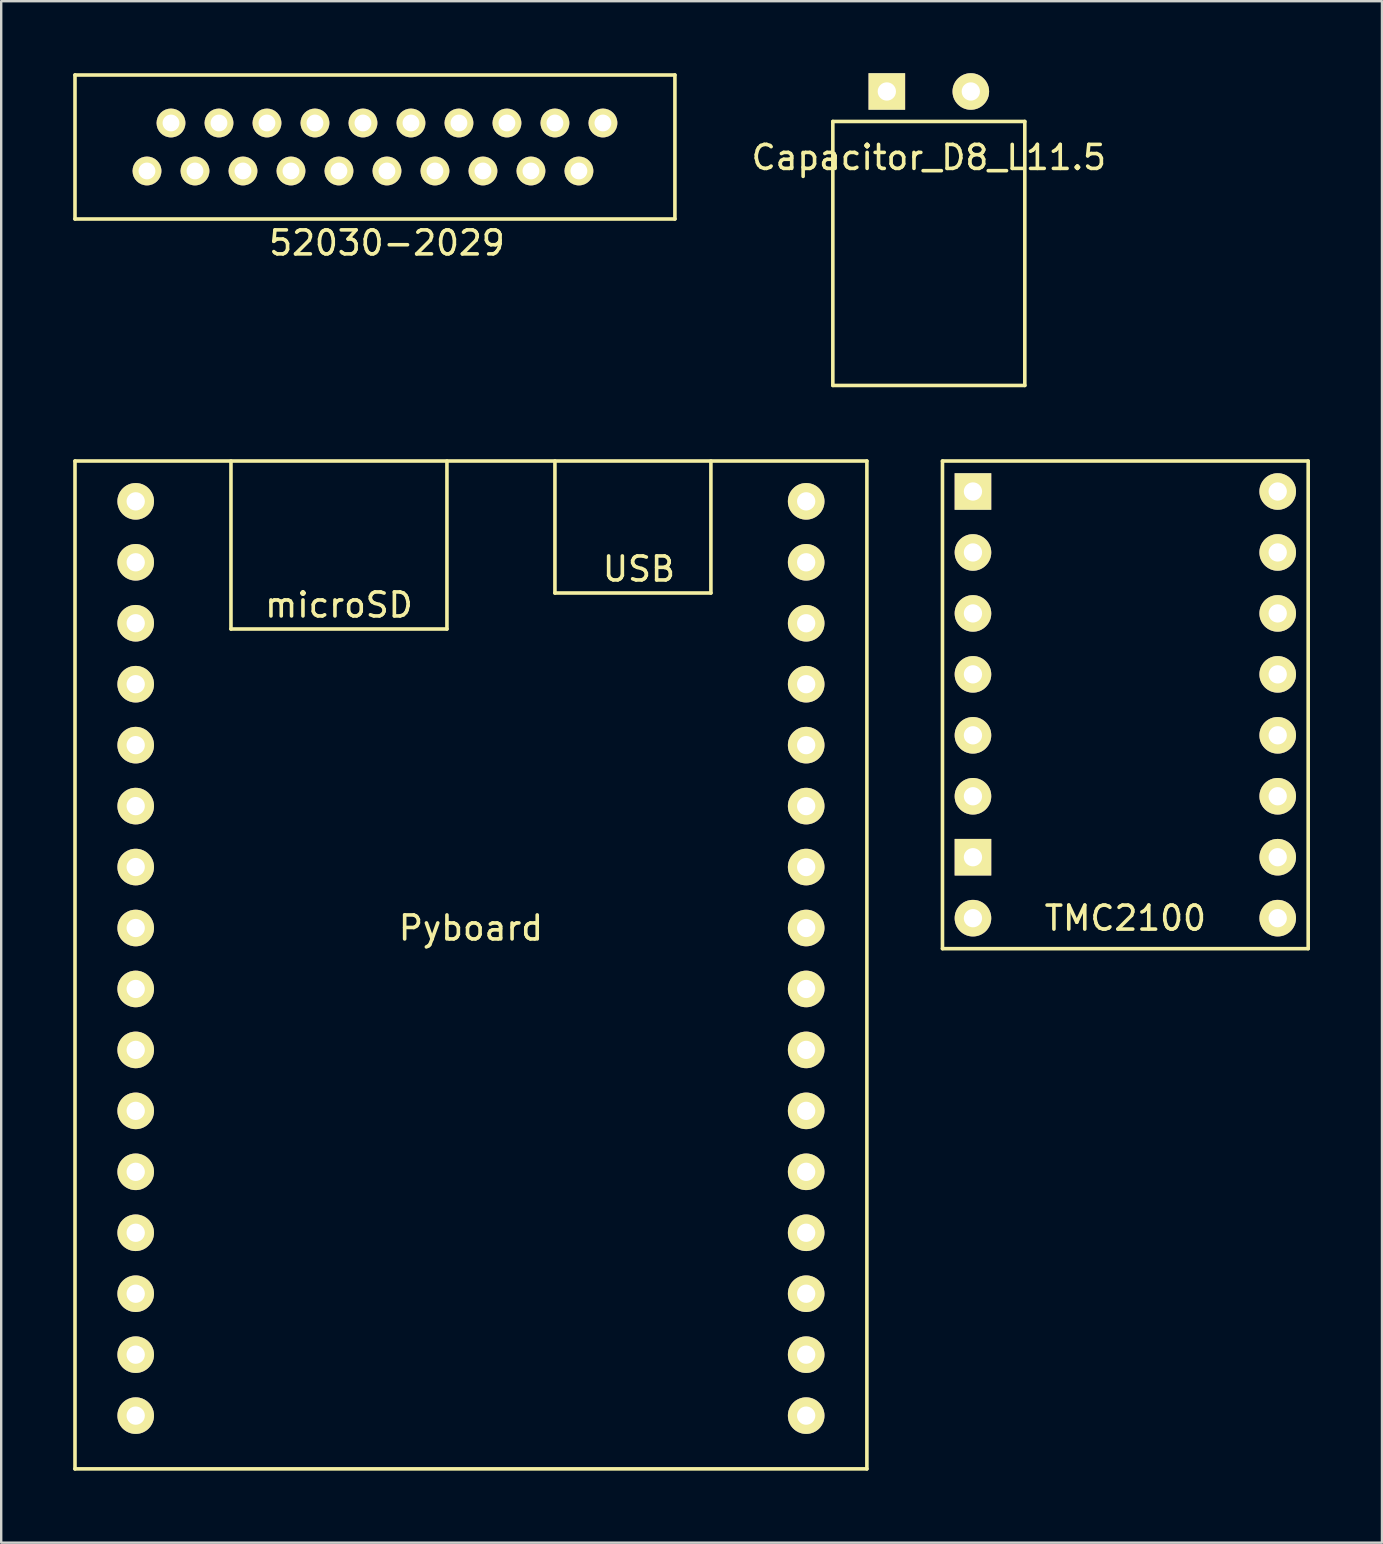
<source format=kicad_pcb>
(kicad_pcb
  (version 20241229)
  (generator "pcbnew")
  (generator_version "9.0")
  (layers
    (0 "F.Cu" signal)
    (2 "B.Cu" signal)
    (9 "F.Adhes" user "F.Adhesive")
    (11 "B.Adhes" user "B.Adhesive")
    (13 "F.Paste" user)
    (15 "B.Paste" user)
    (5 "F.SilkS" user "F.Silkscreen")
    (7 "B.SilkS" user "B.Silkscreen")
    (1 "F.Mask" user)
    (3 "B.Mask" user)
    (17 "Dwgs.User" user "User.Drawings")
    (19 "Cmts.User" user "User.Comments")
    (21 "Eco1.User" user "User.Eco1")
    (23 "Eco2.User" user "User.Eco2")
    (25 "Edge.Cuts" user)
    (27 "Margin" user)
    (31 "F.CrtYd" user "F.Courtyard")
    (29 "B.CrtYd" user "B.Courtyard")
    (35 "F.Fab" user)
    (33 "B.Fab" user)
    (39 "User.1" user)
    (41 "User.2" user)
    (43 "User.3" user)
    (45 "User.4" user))
  (footprint "TMC2100"
    (layer "F.Cu")
    (at 43.845 26.322)
    (property "Reference" "TMC2100" (at 0 8.89 0) (layer "F.SilkS") (effects (font (size 1 1) (thickness 0.15))))
    (attr through_hole)
    (fp_line (start -7.62 -10.16) (end -7.62 10.16) (stroke (width 0.15) (type solid)) (layer "F.SilkS"))
    (fp_line (start -7.62 10.16) (end 7.62 10.16) (stroke (width 0.15) (type solid)) (layer "F.SilkS"))
    (fp_line (start 7.62 -10.16) (end -7.62 -10.16) (stroke (width 0.15) (type solid)) (layer "F.SilkS"))
    (fp_line (start 7.62 10.16) (end 7.62 -10.16) (stroke (width 0.15) (type solid)) (layer "F.SilkS"))
    (pad "1" thru_hole circle (at -6.35 8.89 90) (size 1.524 1.524) (drill 0.762) (layers "*.Cu" "*.Mask" "F.SilkS"))
    (pad "2" thru_hole rect (at -6.35 6.35 90) (size 1.524 1.524) (drill 0.762) (layers "*.Cu" "*.Mask" "F.SilkS"))
    (pad "3" thru_hole circle (at -6.35 3.81 90) (size 1.524 1.524) (drill 0.762) (layers "*.Cu" "*.Mask" "F.SilkS"))
    (pad "4" thru_hole circle (at -6.35 1.27 90) (size 1.524 1.524) (drill 0.762) (layers "*.Cu" "*.Mask" "F.SilkS"))
    (pad "5" thru_hole circle (at -6.35 -1.27 90) (size 1.524 1.524) (drill 0.762) (layers "*.Cu" "*.Mask" "F.SilkS"))
    (pad "6" thru_hole circle (at -6.35 -3.81 90) (size 1.524 1.524) (drill 0.762) (layers "*.Cu" "*.Mask" "F.SilkS"))
    (pad "7" thru_hole circle (at -6.35 -6.35 90) (size 1.524 1.524) (drill 0.762) (layers "*.Cu" "*.Mask" "F.SilkS"))
    (pad "8" thru_hole rect (at -6.35 -8.89 90) (size 1.524 1.524) (drill 0.762) (layers "*.Cu" "*.Mask" "F.SilkS"))
    (pad "9" thru_hole circle (at 6.35 -8.89 90) (size 1.524 1.524) (drill 0.762) (layers "*.Cu" "*.Mask" "F.SilkS"))
    (pad "10" thru_hole circle (at 6.35 -6.35 90) (size 1.524 1.524) (drill 0.762) (layers "*.Cu" "*.Mask" "F.SilkS"))
    (pad "11" thru_hole circle (at 6.35 -3.81 90) (size 1.524 1.524) (drill 0.762) (layers "*.Cu" "*.Mask" "F.SilkS"))
    (pad "12" thru_hole circle (at 6.35 -1.27 90) (size 1.524 1.524) (drill 0.762) (layers "*.Cu" "*.Mask" "F.SilkS"))
    (pad "13" thru_hole circle (at 6.35 1.27 90) (size 1.524 1.524) (drill 0.762) (layers "*.Cu" "*.Mask" "F.SilkS"))
    (pad "14" thru_hole circle (at 6.35 3.81 90) (size 1.524 1.524) (drill 0.762) (layers "*.Cu" "*.Mask" "F.SilkS"))
    (pad "15" thru_hole circle (at 6.35 6.35 90) (size 1.524 1.524) (drill 0.762) (layers "*.Cu" "*.Mask" "F.SilkS"))
    (pad "16" thru_hole circle (at 6.35 8.89 90) (size 1.524 1.524) (drill 0.762) (layers "*.Cu" "*.Mask" "F.SilkS")))
  (footprint "52030-2029"
    (layer "F.Cu")
    (at 12.575 4.075)
    (property "Reference" "52030-2029" (at 0.5 3 0) (layer "F.SilkS") (effects (font (size 1 1) (thickness 0.15))))
    (attr through_hole)
    (fp_line (start -12.5 -4) (end -12.5 2) (stroke (width 0.15) (type solid)) (layer "F.SilkS"))
    (fp_line (start -12.5 2) (end 12.5 2) (stroke (width 0.15) (type solid)) (layer "F.SilkS"))
    (fp_line (start 12.5 -4) (end -12.5 -4) (stroke (width 0.15) (type solid)) (layer "F.SilkS"))
    (fp_line (start 12.5 2) (end 12.5 -4) (stroke (width 0.15) (type solid)) (layer "F.SilkS"))
    (pad "1" thru_hole circle (at -9.5 0) (size 1.2 1.2) (drill 0.7) (layers "*.Cu" "*.Mask" "F.SilkS"))
    (pad "2" thru_hole circle (at -8.5 -2) (size 1.2 1.2) (drill 0.7) (layers "*.Cu" "*.Mask" "F.SilkS"))
    (pad "3" thru_hole circle (at -7.5 0) (size 1.2 1.2) (drill 0.7) (layers "*.Cu" "*.Mask" "F.SilkS"))
    (pad "4" thru_hole circle (at -6.5 -2) (size 1.2 1.2) (drill 0.7) (layers "*.Cu" "*.Mask" "F.SilkS"))
    (pad "5" thru_hole circle (at -5.5 0) (size 1.2 1.2) (drill 0.7) (layers "*.Cu" "*.Mask" "F.SilkS"))
    (pad "6" thru_hole circle (at -4.5 -2) (size 1.2 1.2) (drill 0.7) (layers "*.Cu" "*.Mask" "F.SilkS"))
    (pad "7" thru_hole circle (at -3.5 0) (size 1.2 1.2) (drill 0.7) (layers "*.Cu" "*.Mask" "F.SilkS"))
    (pad "8" thru_hole circle (at -2.5 -2) (size 1.2 1.2) (drill 0.7) (layers "*.Cu" "*.Mask" "F.SilkS"))
    (pad "9" thru_hole circle (at -1.5 0) (size 1.2 1.2) (drill 0.7) (layers "*.Cu" "*.Mask" "F.SilkS"))
    (pad "10" thru_hole circle (at -0.5 -2) (size 1.2 1.2) (drill 0.7) (layers "*.Cu" "*.Mask" "F.SilkS"))
    (pad "11" thru_hole circle (at 0.5 0) (size 1.2 1.2) (drill 0.7) (layers "*.Cu" "*.Mask" "F.SilkS"))
    (pad "12" thru_hole circle (at 1.5 -2) (size 1.2 1.2) (drill 0.7) (layers "*.Cu" "*.Mask" "F.SilkS"))
    (pad "13" thru_hole circle (at 2.5 0) (size 1.2 1.2) (drill 0.7) (layers "*.Cu" "*.Mask" "F.SilkS"))
    (pad "14" thru_hole circle (at 3.5 -2) (size 1.2 1.2) (drill 0.7) (layers "*.Cu" "*.Mask" "F.SilkS"))
    (pad "15" thru_hole circle (at 4.5 0) (size 1.2 1.2) (drill 0.7) (layers "*.Cu" "*.Mask" "F.SilkS"))
    (pad "16" thru_hole circle (at 5.5 -2) (size 1.2 1.2) (drill 0.7) (layers "*.Cu" "*.Mask" "F.SilkS"))
    (pad "17" thru_hole circle (at 6.5 0) (size 1.2 1.2) (drill 0.7) (layers "*.Cu" "*.Mask" "F.SilkS"))
    (pad "18" thru_hole circle (at 7.5 -2) (size 1.2 1.2) (drill 0.7) (layers "*.Cu" "*.Mask" "F.SilkS"))
    (pad "19" thru_hole circle (at 8.5 0) (size 1.2 1.2) (drill 0.7) (layers "*.Cu" "*.Mask" "F.SilkS"))
    (pad "20" thru_hole circle (at 9.5 -2) (size 1.2 1.2) (drill 0.7) (layers "*.Cu" "*.Mask" "F.SilkS")))
  (footprint "Capacitor_D8_L11.5"
    (layer "F.Cu")
    (at 35.656 0.762)
    (property "Reference" "Capacitor_D8_L11.5" (at 0 2.75 0) (layer "F.SilkS") (effects (font (size 1 1) (thickness 0.15))))
    (attr through_hole)
    (fp_line (start -4 1.25) (end -4 12.25) (stroke (width 0.15) (type solid)) (layer "F.SilkS"))
    (fp_line (start -4 12.25) (end 4 12.25) (stroke (width 0.15) (type solid)) (layer "F.SilkS"))
    (fp_line (start 4 1.25) (end -4 1.25) (stroke (width 0.15) (type solid)) (layer "F.SilkS"))
    (fp_line (start 4 12.25) (end 4 1.25) (stroke (width 0.15) (type solid)) (layer "F.SilkS"))
    (pad "1" thru_hole rect (at -1.75 0) (size 1.524 1.524) (drill 0.762) (layers "*.Cu" "*.Mask" "F.SilkS"))
    (pad "2" thru_hole circle (at 1.75 0) (size 1.524 1.524) (drill 0.762) (layers "*.Cu" "*.Mask" "F.SilkS")))
  (footprint "Pyboard"
    (layer "F.Cu")
    (at 16.575 38.162)
    (property "Reference" "Pyboard" (at 0 -2.54 0) (layer "F.SilkS") (effects (font (size 1 1) (thickness 0.15))))
    (attr through_hole)
    (fp_line (start -16.5 -22) (end 16.5 -22) (stroke (width 0.15) (type solid)) (layer "F.SilkS"))
    (fp_line (start -16.5 20) (end -16.5 -22) (stroke (width 0.15) (type solid)) (layer "F.SilkS"))
    (fp_line (start -10 -22) (end -10 -15) (stroke (width 0.15) (type solid)) (layer "F.SilkS"))
    (fp_line (start -10 -15) (end -1 -15) (stroke (width 0.15) (type solid)) (layer "F.SilkS"))
    (fp_line (start -1 -15) (end -1 -22) (stroke (width 0.15) (type solid)) (layer "F.SilkS"))
    (fp_line (start 3.5 -22) (end 3.5 -16.5) (stroke (width 0.15) (type solid)) (layer "F.SilkS"))
    (fp_line (start 3.5 -16.5) (end 10 -16.5) (stroke (width 0.15) (type solid)) (layer "F.SilkS"))
    (fp_line (start 10 -16.5) (end 10 -22) (stroke (width 0.15) (type solid)) (layer "F.SilkS"))
    (fp_line (start 16.5 -22) (end 16.5 20) (stroke (width 0.15) (type solid)) (layer "F.SilkS"))
    (fp_line (start 16.5 20) (end -16.5 20) (stroke (width 0.15) (type solid)) (layer "F.SilkS"))
    (fp_text user "USB" (at 7 -17.5 0) (layer "F.SilkS") (effects (font (size 1 1) (thickness 0.15))))
    (fp_text user "microSD" (at -5.5 -16 0) (layer "F.SilkS") (effects (font (size 1 1) (thickness 0.15))))
    (pad "1" thru_hole circle (at 13.97 -20.32 90) (size 1.524 1.524) (drill 0.762) (layers "*.Cu" "*.Mask" "F.SilkS"))
    (pad "2" thru_hole circle (at 13.97 -17.78 90) (size 1.524 1.524) (drill 0.762) (layers "*.Cu" "*.Mask" "F.SilkS"))
    (pad "3" thru_hole circle (at 13.97 -15.24 90) (size 1.524 1.524) (drill 0.762) (layers "*.Cu" "*.Mask" "F.SilkS"))
    (pad "4" thru_hole circle (at 13.97 -12.7 90) (size 1.524 1.524) (drill 0.762) (layers "*.Cu" "*.Mask" "F.SilkS"))
    (pad "5" thru_hole circle (at 13.97 -10.16 90) (size 1.524 1.524) (drill 0.762) (layers "*.Cu" "*.Mask" "F.SilkS"))
    (pad "6" thru_hole circle (at 13.97 -7.62 90) (size 1.524 1.524) (drill 0.762) (layers "*.Cu" "*.Mask" "F.SilkS"))
    (pad "7" thru_hole circle (at 13.97 -5.08 90) (size 1.524 1.524) (drill 0.762) (layers "*.Cu" "*.Mask" "F.SilkS"))
    (pad "8" thru_hole circle (at 13.97 -2.54 90) (size 1.524 1.524) (drill 0.762) (layers "*.Cu" "*.Mask" "F.SilkS"))
    (pad "9" thru_hole circle (at 13.97 0 90) (size 1.524 1.524) (drill 0.762) (layers "*.Cu" "*.Mask" "F.SilkS"))
    (pad "10" thru_hole circle (at 13.97 2.54 90) (size 1.524 1.524) (drill 0.762) (layers "*.Cu" "*.Mask" "F.SilkS"))
    (pad "11" thru_hole circle (at 13.97 5.08 90) (size 1.524 1.524) (drill 0.762) (layers "*.Cu" "*.Mask" "F.SilkS"))
    (pad "12" thru_hole circle (at 13.97 7.62 90) (size 1.524 1.524) (drill 0.762) (layers "*.Cu" "*.Mask" "F.SilkS"))
    (pad "13" thru_hole circle (at 13.97 10.16 90) (size 1.524 1.524) (drill 0.762) (layers "*.Cu" "*.Mask" "F.SilkS"))
    (pad "14" thru_hole circle (at 13.97 12.7 90) (size 1.524 1.524) (drill 0.762) (layers "*.Cu" "*.Mask" "F.SilkS"))
    (pad "15" thru_hole circle (at 13.97 15.24 90) (size 1.524 1.524) (drill 0.762) (layers "*.Cu" "*.Mask" "F.SilkS"))
    (pad "16" thru_hole circle (at 13.97 17.78 90) (size 1.524 1.524) (drill 0.762) (layers "*.Cu" "*.Mask" "F.SilkS"))
    (pad "27" thru_hole circle (at -13.97 17.78 90) (size 1.524 1.524) (drill 0.762) (layers "*.Cu" "*.Mask" "F.SilkS"))
    (pad "28" thru_hole circle (at -13.97 15.24 90) (size 1.524 1.524) (drill 0.762) (layers "*.Cu" "*.Mask" "F.SilkS"))
    (pad "29" thru_hole circle (at -13.97 12.7 90) (size 1.524 1.524) (drill 0.762) (layers "*.Cu" "*.Mask" "F.SilkS"))
    (pad "30" thru_hole circle (at -13.97 10.16 90) (size 1.524 1.524) (drill 0.762) (layers "*.Cu" "*.Mask" "F.SilkS"))
    (pad "31" thru_hole circle (at -13.97 7.62 90) (size 1.524 1.524) (drill 0.762) (layers "*.Cu" "*.Mask" "F.SilkS"))
    (pad "32" thru_hole circle (at -13.97 5.08 90) (size 1.524 1.524) (drill 0.762) (layers "*.Cu" "*.Mask" "F.SilkS"))
    (pad "33" thru_hole circle (at -13.97 2.54 90) (size 1.524 1.524) (drill 0.762) (layers "*.Cu" "*.Mask" "F.SilkS"))
    (pad "34" thru_hole circle (at -13.97 0 90) (size 1.524 1.524) (drill 0.762) (layers "*.Cu" "*.Mask" "F.SilkS"))
    (pad "35" thru_hole circle (at -13.97 -2.54 90) (size 1.524 1.524) (drill 0.762) (layers "*.Cu" "*.Mask" "F.SilkS"))
    (pad "36" thru_hole circle (at -13.97 -5.08 90) (size 1.524 1.524) (drill 0.762) (layers "*.Cu" "*.Mask" "F.SilkS"))
    (pad "37" thru_hole circle (at -13.97 -7.62 90) (size 1.524 1.524) (drill 0.762) (layers "*.Cu" "*.Mask" "F.SilkS"))
    (pad "38" thru_hole circle (at -13.97 -10.16 90) (size 1.524 1.524) (drill 0.762) (layers "*.Cu" "*.Mask" "F.SilkS"))
    (pad "39" thru_hole circle (at -13.97 -12.7 90) (size 1.524 1.524) (drill 0.762) (layers "*.Cu" "*.Mask" "F.SilkS"))
    (pad "40" thru_hole circle (at -13.97 -15.24 90) (size 1.524 1.524) (drill 0.762) (layers "*.Cu" "*.Mask" "F.SilkS"))
    (pad "41" thru_hole circle (at -13.97 -17.78 90) (size 1.524 1.524) (drill 0.762) (layers "*.Cu" "*.Mask" "F.SilkS"))
    (pad "42" thru_hole circle (at -13.97 -20.32 90) (size 1.524 1.524) (drill 0.762) (layers "*.Cu" "*.Mask" "F.SilkS")))
  (gr_rect
    (start -3 -3)
    (end 54.54 61.237)
    (stroke (width 0.1) (type default))
    (fill no)
    (layer "Edge.Cuts")))
</source>
